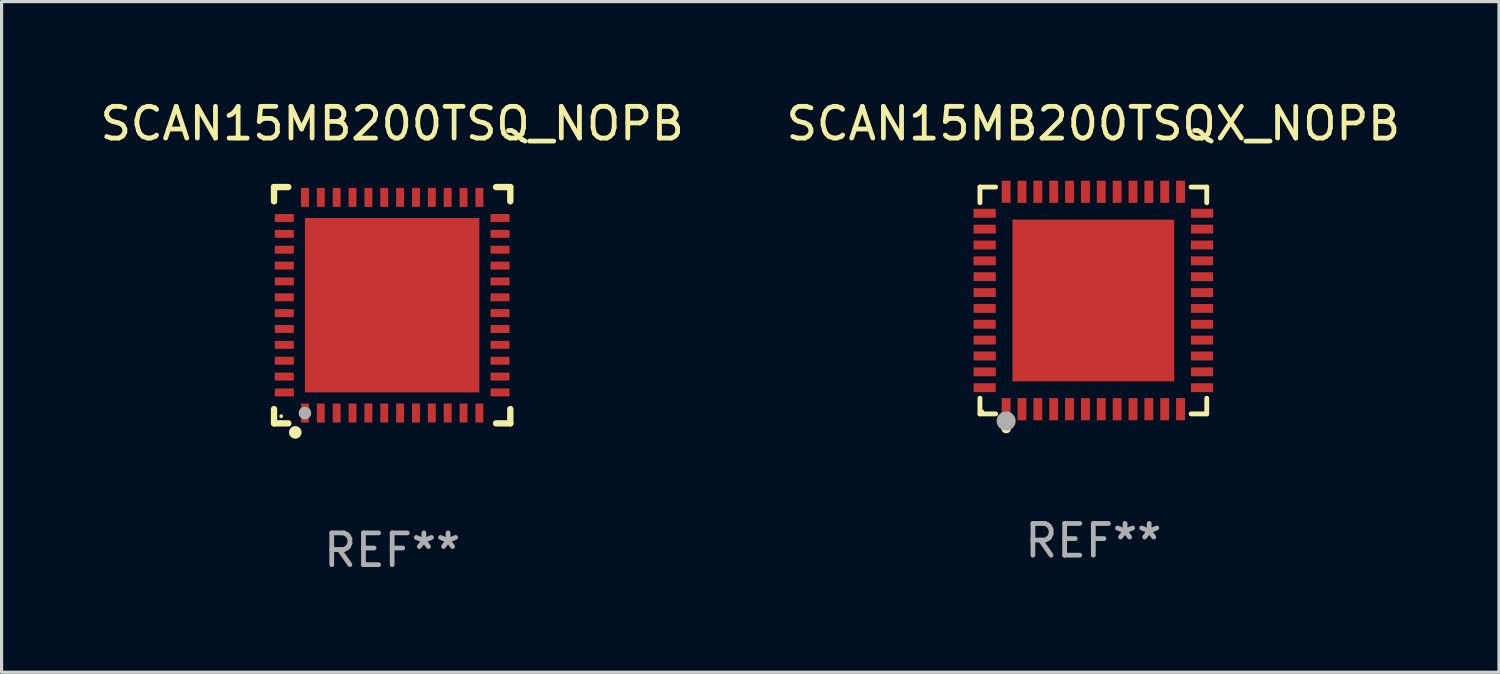
<source format=kicad_pcb>
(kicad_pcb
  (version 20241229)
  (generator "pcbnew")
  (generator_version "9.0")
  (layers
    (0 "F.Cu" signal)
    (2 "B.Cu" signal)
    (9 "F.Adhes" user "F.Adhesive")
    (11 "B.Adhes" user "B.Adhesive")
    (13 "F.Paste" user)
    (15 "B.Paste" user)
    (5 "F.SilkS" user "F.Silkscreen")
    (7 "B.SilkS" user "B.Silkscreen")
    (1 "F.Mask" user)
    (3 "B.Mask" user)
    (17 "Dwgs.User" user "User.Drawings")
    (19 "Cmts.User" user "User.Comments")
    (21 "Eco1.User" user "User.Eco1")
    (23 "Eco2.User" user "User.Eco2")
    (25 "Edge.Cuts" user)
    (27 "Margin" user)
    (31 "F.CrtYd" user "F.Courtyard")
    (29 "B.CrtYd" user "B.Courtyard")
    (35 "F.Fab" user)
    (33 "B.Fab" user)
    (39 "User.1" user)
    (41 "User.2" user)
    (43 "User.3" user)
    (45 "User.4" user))
  (footprint "SCAN15MB200TSQX_NOPB"
    (layer "F.Cu")
    (at 31.423 6.424)
    (property "Reference" "SCAN15MB200TSQX_NOPB" (at 0 -5.576 0) (layer "F.SilkS") (effects (font (size 1 1) (thickness 0.15))))
    (attr through_hole)
    (fp_line (start -3.576 -3.576) (end -3.081 -3.576) (stroke (width 0.152) (type solid)) (layer "F.SilkS"))
    (fp_line (start -3.576 -3.081) (end -3.576 -3.576) (stroke (width 0.152) (type solid)) (layer "F.SilkS"))
    (fp_line (start -3.576 3.081) (end -3.576 3.576) (stroke (width 0.152) (type solid)) (layer "F.SilkS"))
    (fp_line (start -3.576 3.576) (end -3.081 3.576) (stroke (width 0.152) (type solid)) (layer "F.SilkS"))
    (fp_line (start 3.576 -3.576) (end 3.081 -3.576) (stroke (width 0.152) (type solid)) (layer "F.SilkS"))
    (fp_line (start 3.576 -3.081) (end 3.576 -3.576) (stroke (width 0.152) (type solid)) (layer "F.SilkS"))
    (fp_line (start 3.576 3.081) (end 3.576 3.576) (stroke (width 0.152) (type solid)) (layer "F.SilkS"))
    (fp_line (start 3.576 3.576) (end 3.081 3.576) (stroke (width 0.152) (type solid)) (layer "F.SilkS"))
    (fp_circle (center -3.5 3.5) (end -3.47 3.5) (stroke (width 0.06) (type solid)) (fill no) (layer "F.SilkS"))
    (fp_circle (center -2.75 4.04) (end -2.675 4.04) (stroke (width 0.15) (type solid)) (fill no) (layer "F.SilkS"))
    (fp_circle (center -2.75 3.8) (end -2.6 3.8) (stroke (width 0.3) (type solid)) (fill no) (layer "F.Fab"))
    (fp_text user "REF**" (at 0 7.576 0) (layer "F.Fab") (effects (font (size 1 1) (thickness 0.15))))
    (pad "1" smd rect (at -2.75 3.427) (size 0.28 0.7) (layers "F.Cu" "F.Mask" "F.Paste"))
    (pad "2" smd rect (at -2.25 3.427) (size 0.28 0.7) (layers "F.Cu" "F.Mask" "F.Paste"))
    (pad "3" smd rect (at -1.75 3.427) (size 0.28 0.7) (layers "F.Cu" "F.Mask" "F.Paste"))
    (pad "4" smd rect (at -1.25 3.427) (size 0.28 0.7) (layers "F.Cu" "F.Mask" "F.Paste"))
    (pad "5" smd rect (at -0.75 3.427) (size 0.28 0.7) (layers "F.Cu" "F.Mask" "F.Paste"))
    (pad "6" smd rect (at -0.25 3.427) (size 0.28 0.7) (layers "F.Cu" "F.Mask" "F.Paste"))
    (pad "7" smd rect (at 0.25 3.427) (size 0.28 0.7) (layers "F.Cu" "F.Mask" "F.Paste"))
    (pad "8" smd rect (at 0.75 3.427) (size 0.28 0.7) (layers "F.Cu" "F.Mask" "F.Paste"))
    (pad "9" smd rect (at 1.25 3.427) (size 0.28 0.7) (layers "F.Cu" "F.Mask" "F.Paste"))
    (pad "10" smd rect (at 1.75 3.427) (size 0.28 0.7) (layers "F.Cu" "F.Mask" "F.Paste"))
    (pad "11" smd rect (at 2.25 3.427) (size 0.28 0.7) (layers "F.Cu" "F.Mask" "F.Paste"))
    (pad "12" smd rect (at 2.75 3.427) (size 0.28 0.7) (layers "F.Cu" "F.Mask" "F.Paste"))
    (pad "13" smd rect (at 3.427 2.75) (size 0.7 0.28) (layers "F.Cu" "F.Mask" "F.Paste"))
    (pad "14" smd rect (at 3.427 2.25) (size 0.7 0.28) (layers "F.Cu" "F.Mask" "F.Paste"))
    (pad "15" smd rect (at 3.427 1.75) (size 0.7 0.28) (layers "F.Cu" "F.Mask" "F.Paste"))
    (pad "16" smd rect (at 3.427 1.25) (size 0.7 0.28) (layers "F.Cu" "F.Mask" "F.Paste"))
    (pad "17" smd rect (at 3.427 0.75) (size 0.7 0.28) (layers "F.Cu" "F.Mask" "F.Paste"))
    (pad "18" smd rect (at 3.427 0.25) (size 0.7 0.28) (layers "F.Cu" "F.Mask" "F.Paste"))
    (pad "19" smd rect (at 3.427 -0.25) (size 0.7 0.28) (layers "F.Cu" "F.Mask" "F.Paste"))
    (pad "20" smd rect (at 3.427 -0.75) (size 0.7 0.28) (layers "F.Cu" "F.Mask" "F.Paste"))
    (pad "21" smd rect (at 3.427 -1.25) (size 0.7 0.28) (layers "F.Cu" "F.Mask" "F.Paste"))
    (pad "22" smd rect (at 3.427 -1.75) (size 0.7 0.28) (layers "F.Cu" "F.Mask" "F.Paste"))
    (pad "23" smd rect (at 3.427 -2.25) (size 0.7 0.28) (layers "F.Cu" "F.Mask" "F.Paste"))
    (pad "24" smd rect (at 3.427 -2.75) (size 0.7 0.28) (layers "F.Cu" "F.Mask" "F.Paste"))
    (pad "25" smd rect (at 2.75 -3.427) (size 0.28 0.7) (layers "F.Cu" "F.Mask" "F.Paste"))
    (pad "26" smd rect (at 2.25 -3.427) (size 0.28 0.7) (layers "F.Cu" "F.Mask" "F.Paste"))
    (pad "27" smd rect (at 1.75 -3.427) (size 0.28 0.7) (layers "F.Cu" "F.Mask" "F.Paste"))
    (pad "28" smd rect (at 1.25 -3.427) (size 0.28 0.7) (layers "F.Cu" "F.Mask" "F.Paste"))
    (pad "29" smd rect (at 0.75 -3.427) (size 0.28 0.7) (layers "F.Cu" "F.Mask" "F.Paste"))
    (pad "30" smd rect (at 0.25 -3.427) (size 0.28 0.7) (layers "F.Cu" "F.Mask" "F.Paste"))
    (pad "31" smd rect (at -0.25 -3.427) (size 0.28 0.7) (layers "F.Cu" "F.Mask" "F.Paste"))
    (pad "32" smd rect (at -0.75 -3.427) (size 0.28 0.7) (layers "F.Cu" "F.Mask" "F.Paste"))
    (pad "33" smd rect (at -1.25 -3.427) (size 0.28 0.7) (layers "F.Cu" "F.Mask" "F.Paste"))
    (pad "34" smd rect (at -1.75 -3.427) (size 0.28 0.7) (layers "F.Cu" "F.Mask" "F.Paste"))
    (pad "35" smd rect (at -2.25 -3.427) (size 0.28 0.7) (layers "F.Cu" "F.Mask" "F.Paste"))
    (pad "36" smd rect (at -2.75 -3.427) (size 0.28 0.7) (layers "F.Cu" "F.Mask" "F.Paste"))
    (pad "37" smd rect (at -3.427 -2.75) (size 0.7 0.28) (layers "F.Cu" "F.Mask" "F.Paste"))
    (pad "38" smd rect (at -3.427 -2.25) (size 0.7 0.28) (layers "F.Cu" "F.Mask" "F.Paste"))
    (pad "39" smd rect (at -3.427 -1.75) (size 0.7 0.28) (layers "F.Cu" "F.Mask" "F.Paste"))
    (pad "40" smd rect (at -3.427 -1.25) (size 0.7 0.28) (layers "F.Cu" "F.Mask" "F.Paste"))
    (pad "41" smd rect (at -3.427 -0.75) (size 0.7 0.28) (layers "F.Cu" "F.Mask" "F.Paste"))
    (pad "42" smd rect (at -3.427 -0.25) (size 0.7 0.28) (layers "F.Cu" "F.Mask" "F.Paste"))
    (pad "43" smd rect (at -3.427 0.25) (size 0.7 0.28) (layers "F.Cu" "F.Mask" "F.Paste"))
    (pad "44" smd rect (at -3.427 0.75) (size 0.7 0.28) (layers "F.Cu" "F.Mask" "F.Paste"))
    (pad "45" smd rect (at -3.427 1.25) (size 0.7 0.28) (layers "F.Cu" "F.Mask" "F.Paste"))
    (pad "46" smd rect (at -3.427 1.75) (size 0.7 0.28) (layers "F.Cu" "F.Mask" "F.Paste"))
    (pad "47" smd rect (at -3.427 2.25) (size 0.7 0.28) (layers "F.Cu" "F.Mask" "F.Paste"))
    (pad "48" smd rect (at -3.427 2.75) (size 0.7 0.28) (layers "F.Cu" "F.Mask" "F.Paste"))
    (pad "49" smd rect (at 0 0) (size 5.1 5.1) (layers "F.Cu" "F.Mask" "F.Paste")))
  (footprint "SCAN15MB200TSQ_NOPB"
    (layer "F.Cu")
    (at 9.315 6.573)
    (property "Reference" "SCAN15MB200TSQ_NOPB" (at 0 -5.725 0) (layer "F.SilkS") (effects (font (size 1 1) (thickness 0.15))))
    (attr through_hole)
    (fp_line (start -3.725 -3.725) (end -3.275 -3.725) (stroke (width 0.2) (type solid)) (layer "F.SilkS"))
    (fp_line (start -3.725 -3.275) (end -3.725 -3.725) (stroke (width 0.2) (type solid)) (layer "F.SilkS"))
    (fp_line (start -3.725 3.725) (end -3.725 3.275) (stroke (width 0.2) (type solid)) (layer "F.SilkS"))
    (fp_line (start -3.275 3.725) (end -3.725 3.725) (stroke (width 0.2) (type solid)) (layer "F.SilkS"))
    (fp_line (start 3.275 3.725) (end 3.725 3.725) (stroke (width 0.2) (type solid)) (layer "F.SilkS"))
    (fp_line (start 3.725 -3.725) (end 3.275 -3.725) (stroke (width 0.2) (type solid)) (layer "F.SilkS"))
    (fp_line (start 3.725 -3.275) (end 3.725 -3.725) (stroke (width 0.2) (type solid)) (layer "F.SilkS"))
    (fp_line (start 3.725 3.725) (end 3.725 3.275) (stroke (width 0.2) (type solid)) (layer "F.SilkS"))
    (fp_circle (center -3.5 3.5) (end -3.47 3.5) (stroke (width 0.06) (type solid)) (fill no) (layer "F.SilkS"))
    (fp_circle (center -3.055 4.01) (end -2.955 4.01) (stroke (width 0.2) (type solid)) (fill no) (layer "F.SilkS"))
    (fp_circle (center -2.75 3.4) (end -2.65 3.4) (stroke (width 0.2) (type solid)) (fill no) (layer "F.Fab"))
    (fp_text user "REF**" (at 0 7.725 0) (layer "F.Fab") (effects (font (size 1 1) (thickness 0.15))))
    (pad "1" smd rect (at -2.75 3.4 180) (size 0.25 0.6) (layers "F.Cu" "F.Mask" "F.Paste"))
    (pad "2" smd rect (at -2.25 3.4 180) (size 0.25 0.6) (layers "F.Cu" "F.Mask" "F.Paste"))
    (pad "3" smd rect (at -1.75 3.4 180) (size 0.25 0.6) (layers "F.Cu" "F.Mask" "F.Paste"))
    (pad "4" smd rect (at -1.25 3.4 180) (size 0.25 0.6) (layers "F.Cu" "F.Mask" "F.Paste"))
    (pad "5" smd rect (at -0.75 3.4 180) (size 0.25 0.6) (layers "F.Cu" "F.Mask" "F.Paste"))
    (pad "6" smd rect (at -0.25 3.4 180) (size 0.25 0.6) (layers "F.Cu" "F.Mask" "F.Paste"))
    (pad "7" smd rect (at 0.25 3.4 180) (size 0.25 0.6) (layers "F.Cu" "F.Mask" "F.Paste"))
    (pad "8" smd rect (at 0.75 3.4 180) (size 0.25 0.6) (layers "F.Cu" "F.Mask" "F.Paste"))
    (pad "9" smd rect (at 1.25 3.4 180) (size 0.25 0.6) (layers "F.Cu" "F.Mask" "F.Paste"))
    (pad "10" smd rect (at 1.75 3.4 180) (size 0.25 0.6) (layers "F.Cu" "F.Mask" "F.Paste"))
    (pad "11" smd rect (at 2.25 3.4 180) (size 0.25 0.6) (layers "F.Cu" "F.Mask" "F.Paste"))
    (pad "12" smd rect (at 2.75 3.4 180) (size 0.25 0.6) (layers "F.Cu" "F.Mask" "F.Paste"))
    (pad "13" smd rect (at 3.4 2.75 90) (size 0.25 0.6) (layers "F.Cu" "F.Mask" "F.Paste"))
    (pad "14" smd rect (at 3.4 2.25 90) (size 0.25 0.6) (layers "F.Cu" "F.Mask" "F.Paste"))
    (pad "15" smd rect (at 3.4 1.75 90) (size 0.25 0.6) (layers "F.Cu" "F.Mask" "F.Paste"))
    (pad "16" smd rect (at 3.4 1.25 90) (size 0.25 0.6) (layers "F.Cu" "F.Mask" "F.Paste"))
    (pad "17" smd rect (at 3.4 0.75 90) (size 0.25 0.6) (layers "F.Cu" "F.Mask" "F.Paste"))
    (pad "18" smd rect (at 3.4 0.25 90) (size 0.25 0.6) (layers "F.Cu" "F.Mask" "F.Paste"))
    (pad "19" smd rect (at 3.4 -0.25 90) (size 0.25 0.6) (layers "F.Cu" "F.Mask" "F.Paste"))
    (pad "20" smd rect (at 3.4 -0.75 90) (size 0.25 0.6) (layers "F.Cu" "F.Mask" "F.Paste"))
    (pad "21" smd rect (at 3.4 -1.25 90) (size 0.25 0.6) (layers "F.Cu" "F.Mask" "F.Paste"))
    (pad "22" smd rect (at 3.4 -1.75 90) (size 0.25 0.6) (layers "F.Cu" "F.Mask" "F.Paste"))
    (pad "23" smd rect (at 3.4 -2.25 90) (size 0.25 0.6) (layers "F.Cu" "F.Mask" "F.Paste"))
    (pad "24" smd rect (at 3.4 -2.75 90) (size 0.25 0.6) (layers "F.Cu" "F.Mask" "F.Paste"))
    (pad "25" smd rect (at 2.75 -3.4 180) (size 0.25 0.6) (layers "F.Cu" "F.Mask" "F.Paste"))
    (pad "26" smd rect (at 2.25 -3.4 180) (size 0.25 0.6) (layers "F.Cu" "F.Mask" "F.Paste"))
    (pad "27" smd rect (at 1.75 -3.4 180) (size 0.25 0.6) (layers "F.Cu" "F.Mask" "F.Paste"))
    (pad "28" smd rect (at 1.25 -3.4 180) (size 0.25 0.6) (layers "F.Cu" "F.Mask" "F.Paste"))
    (pad "29" smd rect (at 0.75 -3.4 180) (size 0.25 0.6) (layers "F.Cu" "F.Mask" "F.Paste"))
    (pad "30" smd rect (at 0.25 -3.4 180) (size 0.25 0.6) (layers "F.Cu" "F.Mask" "F.Paste"))
    (pad "31" smd rect (at -0.25 -3.4 180) (size 0.25 0.6) (layers "F.Cu" "F.Mask" "F.Paste"))
    (pad "32" smd rect (at -0.75 -3.4 180) (size 0.25 0.6) (layers "F.Cu" "F.Mask" "F.Paste"))
    (pad "33" smd rect (at -1.25 -3.4 180) (size 0.25 0.6) (layers "F.Cu" "F.Mask" "F.Paste"))
    (pad "34" smd rect (at -1.75 -3.4 180) (size 0.25 0.6) (layers "F.Cu" "F.Mask" "F.Paste"))
    (pad "35" smd rect (at -2.25 -3.4 180) (size 0.25 0.6) (layers "F.Cu" "F.Mask" "F.Paste"))
    (pad "36" smd rect (at -2.75 -3.4 180) (size 0.25 0.6) (layers "F.Cu" "F.Mask" "F.Paste"))
    (pad "37" smd rect (at -3.4 -2.75 90) (size 0.25 0.6) (layers "F.Cu" "F.Mask" "F.Paste"))
    (pad "38" smd rect (at -3.4 -2.25 90) (size 0.25 0.6) (layers "F.Cu" "F.Mask" "F.Paste"))
    (pad "39" smd rect (at -3.4 -1.75 90) (size 0.25 0.6) (layers "F.Cu" "F.Mask" "F.Paste"))
    (pad "40" smd rect (at -3.4 -1.25 90) (size 0.25 0.6) (layers "F.Cu" "F.Mask" "F.Paste"))
    (pad "41" smd rect (at -3.4 -0.75 90) (size 0.25 0.6) (layers "F.Cu" "F.Mask" "F.Paste"))
    (pad "42" smd rect (at -3.4 -0.25 90) (size 0.25 0.6) (layers "F.Cu" "F.Mask" "F.Paste"))
    (pad "43" smd rect (at -3.4 0.25 90) (size 0.25 0.6) (layers "F.Cu" "F.Mask" "F.Paste"))
    (pad "44" smd rect (at -3.4 0.75 90) (size 0.25 0.6) (layers "F.Cu" "F.Mask" "F.Paste"))
    (pad "45" smd rect (at -3.4 1.25 90) (size 0.25 0.6) (layers "F.Cu" "F.Mask" "F.Paste"))
    (pad "46" smd rect (at -3.4 1.75 90) (size 0.25 0.6) (layers "F.Cu" "F.Mask" "F.Paste"))
    (pad "47" smd rect (at -3.4 2.25 90) (size 0.25 0.6) (layers "F.Cu" "F.Mask" "F.Paste"))
    (pad "48" smd rect (at -3.4 2.75 90) (size 0.25 0.6) (layers "F.Cu" "F.Mask" "F.Paste"))
    (pad "49" smd rect (at -0.000076 -0.000076 90) (size 5.5 5.5) (layers "F.Cu" "F.Mask" "F.Paste")))
  (gr_rect
    (start -3 -3)
    (end 44.214 18.146)
    (stroke (width 0.1) (type default))
    (fill no)
    (layer "Edge.Cuts")))
</source>
